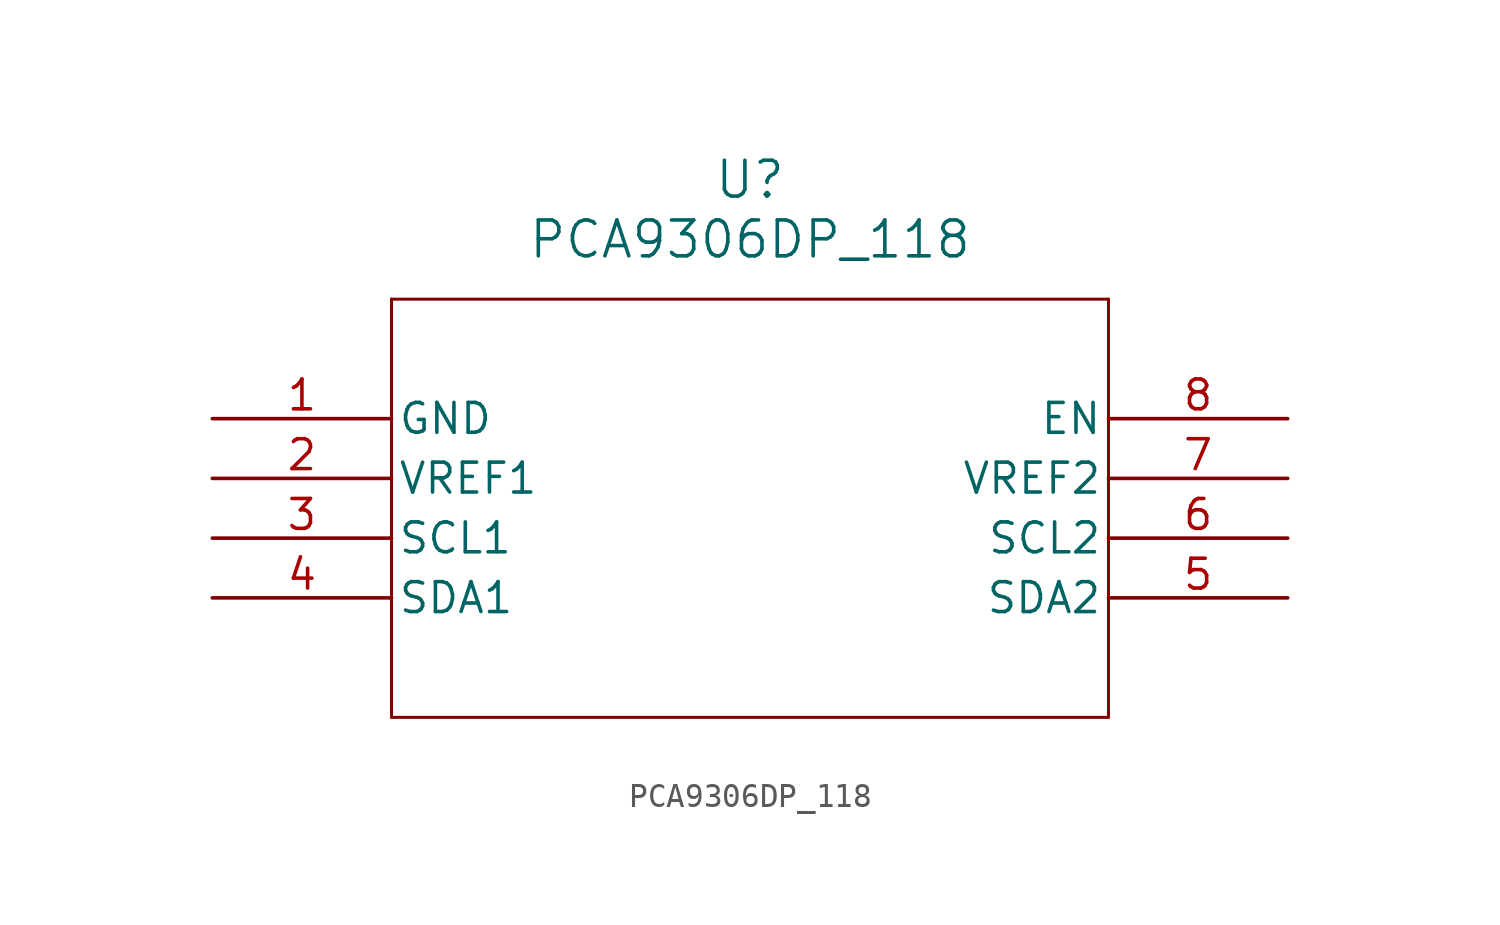
<source format=kicad_sym>
(kicad_symbol_lib
  (version 20231120)
  (generator "kicad_symbol_editor")
  (generator_version "8.0")
  (symbol "PCA9306DP_118"
    (pin_names
      (offset 0.254))
    (property "Reference" "U"
      (at 22.86 10.16 0)
      (effects (font (size 1.524 1.524))))
    (property "Value" "PCA9306DP_118"
      (at 22.86 7.62 0)
      (effects (font (size 1.524 1.524))))
    (property "ki_locked" ""
      (at 0 0 0)
      (effects (font (size 1.27 1.27))))
    (symbol "PCA9306DP_118_0_1"
      (polyline (pts (xy 7.62 -12.7) (xy 38.1 -12.7)) (stroke (width 0.127) (type default)) (fill (type none)))
      (polyline (pts (xy 7.62 5.08) (xy 7.62 -12.7)) (stroke (width 0.127) (type default)) (fill (type none)))
      (polyline (pts (xy 38.1 -12.7) (xy 38.1 5.08)) (stroke (width 0.127) (type default)) (fill (type none)))
      (polyline (pts (xy 38.1 5.08) (xy 7.62 5.08)) (stroke (width 0.127) (type default)) (fill (type none)))
      (pin input line (at 0 -5.08 0) (length 7.62) (name "SCL1" (effects (font (size 1.27 1.27)))) (number "3" (effects (font (size 1.27 1.27)))))
      (pin bidirectional line (at 0 -7.62 0) (length 7.62) (name "SDA1" (effects (font (size 1.27 1.27)))) (number "4" (effects (font (size 1.27 1.27)))))
      (pin bidirectional line (at 45.72 -7.62 180) (length 7.62) (name "SDA2" (effects (font (size 1.27 1.27)))) (number "5" (effects (font (size 1.27 1.27)))))
      (pin input line (at 45.72 -5.08 180) (length 7.62) (name "SCL2" (effects (font (size 1.27 1.27)))) (number "6" (effects (font (size 1.27 1.27)))))
      (pin input line (at 45.72 0 180) (length 7.62) (name "EN" (effects (font (size 1.27 1.27)))) (number "8" (effects (font (size 1.27 1.27))))))
    (symbol "PCA9306DP_118_1_1"
      (pin passive line (at 0 0 0) (length 7.62) (name "GND" (effects (font (size 1.27 1.27)))) (number "1" (effects (font (size 1.27 1.27)))))
      (pin passive line (at 0 -2.54 0) (length 7.62) (name "VREF1" (effects (font (size 1.27 1.27)))) (number "2" (effects (font (size 1.27 1.27)))))
      (pin passive line (at 45.72 -2.54 180) (length 7.62) (name "VREF2" (effects (font (size 1.27 1.27)))) (number "7" (effects (font (size 1.27 1.27))))))))
</source>
